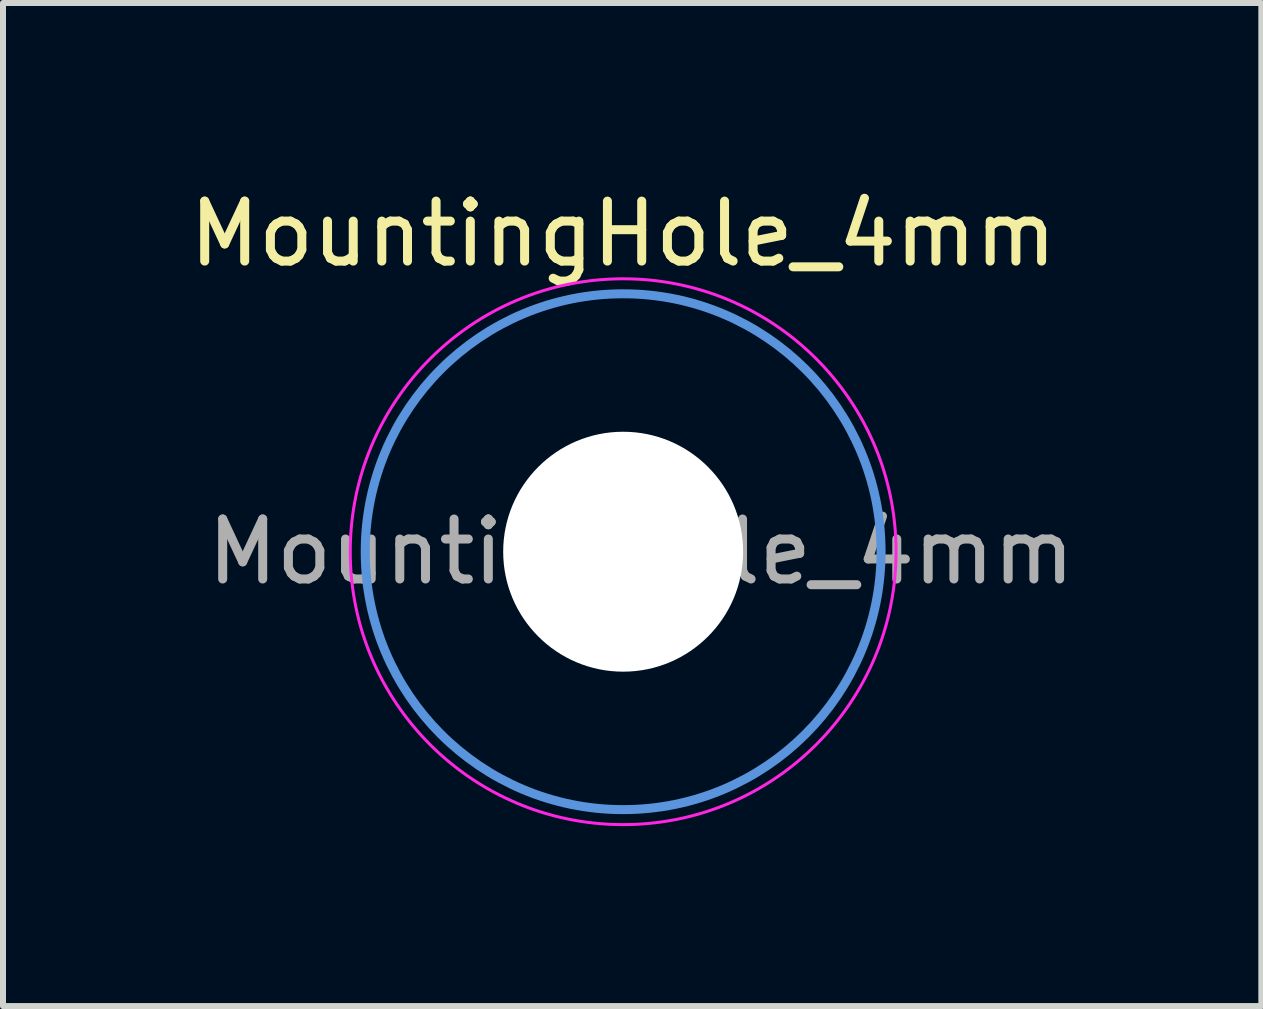
<source format=kicad_pcb>
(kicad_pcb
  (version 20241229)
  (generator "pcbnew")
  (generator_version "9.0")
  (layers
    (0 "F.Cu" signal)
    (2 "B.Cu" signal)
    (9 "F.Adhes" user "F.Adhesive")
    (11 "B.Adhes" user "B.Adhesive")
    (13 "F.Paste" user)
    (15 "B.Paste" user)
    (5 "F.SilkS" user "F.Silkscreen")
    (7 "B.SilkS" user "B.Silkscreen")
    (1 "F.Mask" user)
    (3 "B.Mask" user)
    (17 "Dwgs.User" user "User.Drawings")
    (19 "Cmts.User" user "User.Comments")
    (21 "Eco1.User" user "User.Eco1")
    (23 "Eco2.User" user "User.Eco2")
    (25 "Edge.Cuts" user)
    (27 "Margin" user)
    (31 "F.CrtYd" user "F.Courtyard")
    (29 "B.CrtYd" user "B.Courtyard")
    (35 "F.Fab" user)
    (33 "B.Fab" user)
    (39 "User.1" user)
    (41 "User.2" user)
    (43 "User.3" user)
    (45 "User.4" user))
  (footprint "MountingHole_4mm"
    (layer "F.Cu")
    (at 7.339 6.148)
    (property "Reference" "MountingHole_4mm" (at 0 -5.3 0) (layer "F.SilkS") (effects (font (size 1 1) (thickness 0.15))))
    (attr exclude_from_pos_files exclude_from_bom)
    (fp_circle (center 0 0) (end 4.3 0) (stroke (width 0.15) (type solid)) (fill no) (layer "Cmts.User"))
    (fp_circle (center 0 0) (end 4.55 0) (stroke (width 0.05) (type solid)) (fill no) (layer "F.CrtYd"))
    (fp_text user "${REFERENCE}" (at 0.3 0 0) (layer "F.Fab") (effects (font (size 1 1) (thickness 0.15))))
    (pad "" np_thru_hole circle (at 0 0) (size 4 4) (drill 4) (layers "*.Cu" "*.Mask")))
  (gr_rect
    (start -3 -3)
    (end 17.979 13.723)
    (stroke (width 0.1) (type default))
    (fill no)
    (layer "Edge.Cuts")))
</source>
